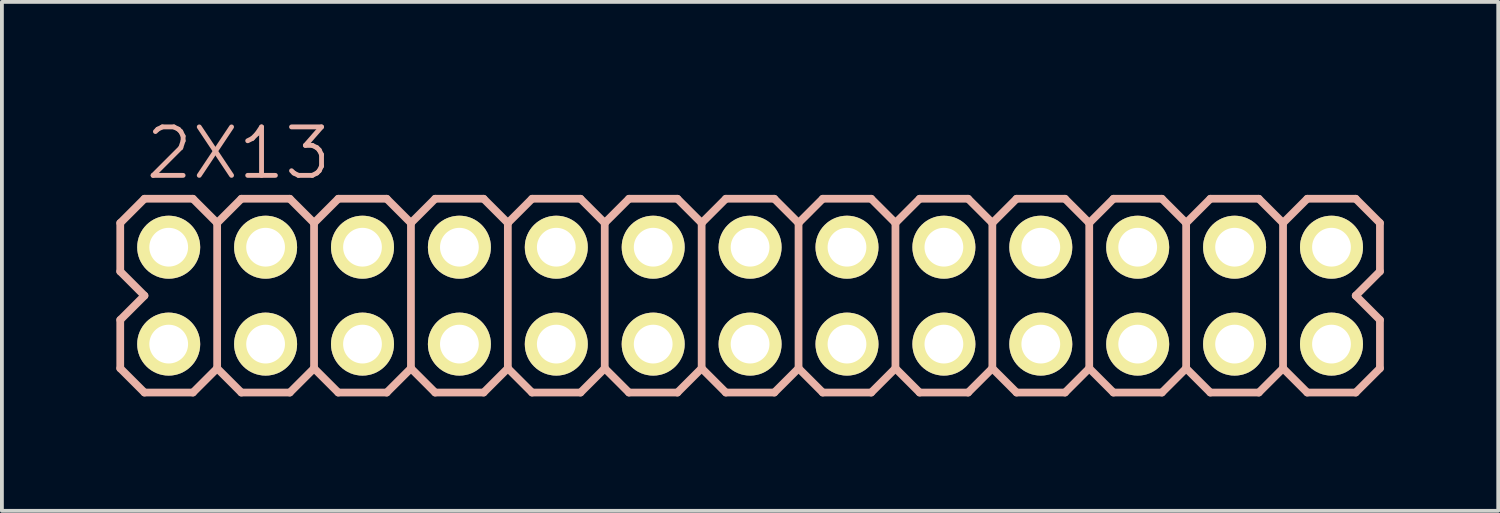
<source format=kicad_pcb>
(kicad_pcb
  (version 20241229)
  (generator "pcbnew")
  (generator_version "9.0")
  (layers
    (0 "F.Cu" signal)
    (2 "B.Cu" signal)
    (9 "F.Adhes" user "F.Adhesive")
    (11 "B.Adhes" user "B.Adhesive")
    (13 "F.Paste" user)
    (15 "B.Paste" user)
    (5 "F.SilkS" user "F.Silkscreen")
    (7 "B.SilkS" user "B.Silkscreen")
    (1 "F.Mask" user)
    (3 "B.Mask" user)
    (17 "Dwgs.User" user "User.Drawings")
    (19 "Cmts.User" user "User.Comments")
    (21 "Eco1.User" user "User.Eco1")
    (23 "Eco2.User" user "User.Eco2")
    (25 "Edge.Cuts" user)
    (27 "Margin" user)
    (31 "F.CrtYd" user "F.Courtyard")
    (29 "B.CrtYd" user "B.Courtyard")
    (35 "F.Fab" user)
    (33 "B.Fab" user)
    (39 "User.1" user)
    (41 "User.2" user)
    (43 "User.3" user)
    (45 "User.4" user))
  (footprint "2X13"
    (layer "F.Cu")
    (at 1.372 5.97)
    (property "Reference" "2X13" (at 1.829 -5.004 0) (layer "B.SilkS") (effects (font (size 1.27 1.27) (thickness 0.127))))
    (attr exclude_from_pos_files exclude_from_bom)
    (fp_line (start -0.254 -2.794) (end 0.254 -2.794) (stroke (width 0.066) (type solid)) (layer "F.SilkS"))
    (fp_line (start -0.254 -2.286) (end -0.254 -2.794) (stroke (width 0.066) (type solid)) (layer "F.SilkS"))
    (fp_line (start -0.254 -2.286) (end 0.254 -2.286) (stroke (width 0.066) (type solid)) (layer "F.SilkS"))
    (fp_line (start -0.254 -0.254) (end 0.254 -0.254) (stroke (width 0.066) (type solid)) (layer "F.SilkS"))
    (fp_line (start -0.254 0.254) (end -0.254 -0.254) (stroke (width 0.066) (type solid)) (layer "F.SilkS"))
    (fp_line (start -0.254 0.254) (end 0.254 0.254) (stroke (width 0.066) (type solid)) (layer "F.SilkS"))
    (fp_line (start 0.254 -2.286) (end 0.254 -2.794) (stroke (width 0.066) (type solid)) (layer "F.SilkS"))
    (fp_line (start 0.254 0.254) (end 0.254 -0.254) (stroke (width 0.066) (type solid)) (layer "F.SilkS"))
    (fp_line (start 2.286 -2.794) (end 2.794 -2.794) (stroke (width 0.066) (type solid)) (layer "F.SilkS"))
    (fp_line (start 2.286 -2.286) (end 2.286 -2.794) (stroke (width 0.066) (type solid)) (layer "F.SilkS"))
    (fp_line (start 2.286 -2.286) (end 2.794 -2.286) (stroke (width 0.066) (type solid)) (layer "F.SilkS"))
    (fp_line (start 2.286 -0.254) (end 2.794 -0.254) (stroke (width 0.066) (type solid)) (layer "F.SilkS"))
    (fp_line (start 2.286 0.254) (end 2.286 -0.254) (stroke (width 0.066) (type solid)) (layer "F.SilkS"))
    (fp_line (start 2.286 0.254) (end 2.794 0.254) (stroke (width 0.066) (type solid)) (layer "F.SilkS"))
    (fp_line (start 2.794 -2.286) (end 2.794 -2.794) (stroke (width 0.066) (type solid)) (layer "F.SilkS"))
    (fp_line (start 2.794 0.254) (end 2.794 -0.254) (stroke (width 0.066) (type solid)) (layer "F.SilkS"))
    (fp_line (start 4.826 -2.794) (end 5.334 -2.794) (stroke (width 0.066) (type solid)) (layer "F.SilkS"))
    (fp_line (start 4.826 -2.286) (end 4.826 -2.794) (stroke (width 0.066) (type solid)) (layer "F.SilkS"))
    (fp_line (start 4.826 -2.286) (end 5.334 -2.286) (stroke (width 0.066) (type solid)) (layer "F.SilkS"))
    (fp_line (start 4.826 -0.254) (end 5.334 -0.254) (stroke (width 0.066) (type solid)) (layer "F.SilkS"))
    (fp_line (start 4.826 0.254) (end 4.826 -0.254) (stroke (width 0.066) (type solid)) (layer "F.SilkS"))
    (fp_line (start 4.826 0.254) (end 5.334 0.254) (stroke (width 0.066) (type solid)) (layer "F.SilkS"))
    (fp_line (start 5.334 -2.286) (end 5.334 -2.794) (stroke (width 0.066) (type solid)) (layer "F.SilkS"))
    (fp_line (start 5.334 0.254) (end 5.334 -0.254) (stroke (width 0.066) (type solid)) (layer "F.SilkS"))
    (fp_line (start 7.366 -2.794) (end 7.874 -2.794) (stroke (width 0.066) (type solid)) (layer "F.SilkS"))
    (fp_line (start 7.366 -2.286) (end 7.366 -2.794) (stroke (width 0.066) (type solid)) (layer "F.SilkS"))
    (fp_line (start 7.366 -2.286) (end 7.874 -2.286) (stroke (width 0.066) (type solid)) (layer "F.SilkS"))
    (fp_line (start 7.366 -0.254) (end 7.874 -0.254) (stroke (width 0.066) (type solid)) (layer "F.SilkS"))
    (fp_line (start 7.366 0.254) (end 7.366 -0.254) (stroke (width 0.066) (type solid)) (layer "F.SilkS"))
    (fp_line (start 7.366 0.254) (end 7.874 0.254) (stroke (width 0.066) (type solid)) (layer "F.SilkS"))
    (fp_line (start 7.874 -2.286) (end 7.874 -2.794) (stroke (width 0.066) (type solid)) (layer "F.SilkS"))
    (fp_line (start 7.874 0.254) (end 7.874 -0.254) (stroke (width 0.066) (type solid)) (layer "F.SilkS"))
    (fp_line (start 9.906 -2.794) (end 10.414 -2.794) (stroke (width 0.066) (type solid)) (layer "F.SilkS"))
    (fp_line (start 9.906 -2.286) (end 9.906 -2.794) (stroke (width 0.066) (type solid)) (layer "F.SilkS"))
    (fp_line (start 9.906 -2.286) (end 10.414 -2.286) (stroke (width 0.066) (type solid)) (layer "F.SilkS"))
    (fp_line (start 9.906 -0.254) (end 10.414 -0.254) (stroke (width 0.066) (type solid)) (layer "F.SilkS"))
    (fp_line (start 9.906 0.254) (end 9.906 -0.254) (stroke (width 0.066) (type solid)) (layer "F.SilkS"))
    (fp_line (start 9.906 0.254) (end 10.414 0.254) (stroke (width 0.066) (type solid)) (layer "F.SilkS"))
    (fp_line (start 10.414 -2.286) (end 10.414 -2.794) (stroke (width 0.066) (type solid)) (layer "F.SilkS"))
    (fp_line (start 10.414 0.254) (end 10.414 -0.254) (stroke (width 0.066) (type solid)) (layer "F.SilkS"))
    (fp_line (start 12.446 -2.794) (end 12.954 -2.794) (stroke (width 0.066) (type solid)) (layer "F.SilkS"))
    (fp_line (start 12.446 -2.286) (end 12.446 -2.794) (stroke (width 0.066) (type solid)) (layer "F.SilkS"))
    (fp_line (start 12.446 -2.286) (end 12.954 -2.286) (stroke (width 0.066) (type solid)) (layer "F.SilkS"))
    (fp_line (start 12.446 -0.254) (end 12.954 -0.254) (stroke (width 0.066) (type solid)) (layer "F.SilkS"))
    (fp_line (start 12.446 0.254) (end 12.446 -0.254) (stroke (width 0.066) (type solid)) (layer "F.SilkS"))
    (fp_line (start 12.446 0.254) (end 12.954 0.254) (stroke (width 0.066) (type solid)) (layer "F.SilkS"))
    (fp_line (start 12.954 -2.286) (end 12.954 -2.794) (stroke (width 0.066) (type solid)) (layer "F.SilkS"))
    (fp_line (start 12.954 0.254) (end 12.954 -0.254) (stroke (width 0.066) (type solid)) (layer "F.SilkS"))
    (fp_line (start 14.986 -2.794) (end 15.494 -2.794) (stroke (width 0.066) (type solid)) (layer "F.SilkS"))
    (fp_line (start 14.986 -2.286) (end 14.986 -2.794) (stroke (width 0.066) (type solid)) (layer "F.SilkS"))
    (fp_line (start 14.986 -2.286) (end 15.494 -2.286) (stroke (width 0.066) (type solid)) (layer "F.SilkS"))
    (fp_line (start 14.986 -0.254) (end 15.494 -0.254) (stroke (width 0.066) (type solid)) (layer "F.SilkS"))
    (fp_line (start 14.986 0.254) (end 14.986 -0.254) (stroke (width 0.066) (type solid)) (layer "F.SilkS"))
    (fp_line (start 14.986 0.254) (end 15.494 0.254) (stroke (width 0.066) (type solid)) (layer "F.SilkS"))
    (fp_line (start 15.494 -2.286) (end 15.494 -2.794) (stroke (width 0.066) (type solid)) (layer "F.SilkS"))
    (fp_line (start 15.494 0.254) (end 15.494 -0.254) (stroke (width 0.066) (type solid)) (layer "F.SilkS"))
    (fp_line (start 17.523 -2.794) (end 18.034 -2.794) (stroke (width 0.066) (type solid)) (layer "F.SilkS"))
    (fp_line (start 17.523 -2.286) (end 17.523 -2.794) (stroke (width 0.066) (type solid)) (layer "F.SilkS"))
    (fp_line (start 17.523 -2.286) (end 18.034 -2.286) (stroke (width 0.066) (type solid)) (layer "F.SilkS"))
    (fp_line (start 17.523 -0.254) (end 18.034 -0.254) (stroke (width 0.066) (type solid)) (layer "F.SilkS"))
    (fp_line (start 17.523 0.254) (end 17.523 -0.254) (stroke (width 0.066) (type solid)) (layer "F.SilkS"))
    (fp_line (start 17.523 0.254) (end 18.034 0.254) (stroke (width 0.066) (type solid)) (layer "F.SilkS"))
    (fp_line (start 18.034 -2.286) (end 18.034 -2.794) (stroke (width 0.066) (type solid)) (layer "F.SilkS"))
    (fp_line (start 18.034 0.254) (end 18.034 -0.254) (stroke (width 0.066) (type solid)) (layer "F.SilkS"))
    (fp_line (start 20.066 -2.794) (end 20.574 -2.794) (stroke (width 0.066) (type solid)) (layer "F.SilkS"))
    (fp_line (start 20.066 -2.286) (end 20.066 -2.794) (stroke (width 0.066) (type solid)) (layer "F.SilkS"))
    (fp_line (start 20.066 -2.286) (end 20.574 -2.286) (stroke (width 0.066) (type solid)) (layer "F.SilkS"))
    (fp_line (start 20.066 -0.254) (end 20.574 -0.254) (stroke (width 0.066) (type solid)) (layer "F.SilkS"))
    (fp_line (start 20.066 0.254) (end 20.066 -0.254) (stroke (width 0.066) (type solid)) (layer "F.SilkS"))
    (fp_line (start 20.066 0.254) (end 20.574 0.254) (stroke (width 0.066) (type solid)) (layer "F.SilkS"))
    (fp_line (start 20.574 -2.286) (end 20.574 -2.794) (stroke (width 0.066) (type solid)) (layer "F.SilkS"))
    (fp_line (start 20.574 0.254) (end 20.574 -0.254) (stroke (width 0.066) (type solid)) (layer "F.SilkS"))
    (fp_line (start 22.606 -2.794) (end 23.114 -2.794) (stroke (width 0.066) (type solid)) (layer "F.SilkS"))
    (fp_line (start 22.606 -2.286) (end 22.606 -2.794) (stroke (width 0.066) (type solid)) (layer "F.SilkS"))
    (fp_line (start 22.606 -2.286) (end 23.114 -2.286) (stroke (width 0.066) (type solid)) (layer "F.SilkS"))
    (fp_line (start 22.606 -0.254) (end 23.114 -0.254) (stroke (width 0.066) (type solid)) (layer "F.SilkS"))
    (fp_line (start 22.606 0.254) (end 22.606 -0.254) (stroke (width 0.066) (type solid)) (layer "F.SilkS"))
    (fp_line (start 22.606 0.254) (end 23.114 0.254) (stroke (width 0.066) (type solid)) (layer "F.SilkS"))
    (fp_line (start 23.114 -2.286) (end 23.114 -2.794) (stroke (width 0.066) (type solid)) (layer "F.SilkS"))
    (fp_line (start 23.114 0.254) (end 23.114 -0.254) (stroke (width 0.066) (type solid)) (layer "F.SilkS"))
    (fp_line (start 25.146 -2.794) (end 25.654 -2.794) (stroke (width 0.066) (type solid)) (layer "F.SilkS"))
    (fp_line (start 25.146 -2.286) (end 25.146 -2.794) (stroke (width 0.066) (type solid)) (layer "F.SilkS"))
    (fp_line (start 25.146 -2.286) (end 25.654 -2.286) (stroke (width 0.066) (type solid)) (layer "F.SilkS"))
    (fp_line (start 25.146 -0.254) (end 25.654 -0.254) (stroke (width 0.066) (type solid)) (layer "F.SilkS"))
    (fp_line (start 25.146 0.254) (end 25.146 -0.254) (stroke (width 0.066) (type solid)) (layer "F.SilkS"))
    (fp_line (start 25.146 0.254) (end 25.654 0.254) (stroke (width 0.066) (type solid)) (layer "F.SilkS"))
    (fp_line (start 25.654 -2.286) (end 25.654 -2.794) (stroke (width 0.066) (type solid)) (layer "F.SilkS"))
    (fp_line (start 25.654 0.254) (end 25.654 -0.254) (stroke (width 0.066) (type solid)) (layer "F.SilkS"))
    (fp_line (start 27.686 -2.794) (end 28.194 -2.794) (stroke (width 0.066) (type solid)) (layer "F.SilkS"))
    (fp_line (start 27.686 -2.286) (end 27.686 -2.794) (stroke (width 0.066) (type solid)) (layer "F.SilkS"))
    (fp_line (start 27.686 -2.286) (end 28.194 -2.286) (stroke (width 0.066) (type solid)) (layer "F.SilkS"))
    (fp_line (start 27.686 -0.254) (end 28.194 -0.254) (stroke (width 0.066) (type solid)) (layer "F.SilkS"))
    (fp_line (start 27.686 0.254) (end 27.686 -0.254) (stroke (width 0.066) (type solid)) (layer "F.SilkS"))
    (fp_line (start 27.686 0.254) (end 28.194 0.254) (stroke (width 0.066) (type solid)) (layer "F.SilkS"))
    (fp_line (start 28.194 -2.286) (end 28.194 -2.794) (stroke (width 0.066) (type solid)) (layer "F.SilkS"))
    (fp_line (start 28.194 0.254) (end 28.194 -0.254) (stroke (width 0.066) (type solid)) (layer "F.SilkS"))
    (fp_line (start 30.226 -2.794) (end 30.734 -2.794) (stroke (width 0.066) (type solid)) (layer "F.SilkS"))
    (fp_line (start 30.226 -2.286) (end 30.226 -2.794) (stroke (width 0.066) (type solid)) (layer "F.SilkS"))
    (fp_line (start 30.226 -2.286) (end 30.734 -2.286) (stroke (width 0.066) (type solid)) (layer "F.SilkS"))
    (fp_line (start 30.226 -0.254) (end 30.734 -0.254) (stroke (width 0.066) (type solid)) (layer "F.SilkS"))
    (fp_line (start 30.226 0.254) (end 30.226 -0.254) (stroke (width 0.066) (type solid)) (layer "F.SilkS"))
    (fp_line (start 30.226 0.254) (end 30.734 0.254) (stroke (width 0.066) (type solid)) (layer "F.SilkS"))
    (fp_line (start 30.734 -2.286) (end 30.734 -2.794) (stroke (width 0.066) (type solid)) (layer "F.SilkS"))
    (fp_line (start 30.734 0.254) (end 30.734 -0.254) (stroke (width 0.066) (type solid)) (layer "F.SilkS"))
    (fp_line (start -1.27 -3.175) (end -1.27 -1.905) (stroke (width 0.203) (type solid)) (layer "B.SilkS"))
    (fp_line (start -1.27 -1.905) (end -0.635 -1.27) (stroke (width 0.203) (type solid)) (layer "B.SilkS"))
    (fp_line (start -1.27 -0.635) (end -1.27 0.635) (stroke (width 0.203) (type solid)) (layer "B.SilkS"))
    (fp_line (start -1.27 0.635) (end -0.635 1.27) (stroke (width 0.203) (type solid)) (layer "B.SilkS"))
    (fp_line (start -0.635 -3.81) (end -1.27 -3.175) (stroke (width 0.203) (type solid)) (layer "B.SilkS"))
    (fp_line (start -0.635 -3.81) (end 0.635 -3.81) (stroke (width 0.203) (type solid)) (layer "B.SilkS"))
    (fp_line (start -0.635 -1.27) (end -1.27 -0.635) (stroke (width 0.203) (type solid)) (layer "B.SilkS"))
    (fp_line (start 0.635 -3.81) (end 1.27 -3.175) (stroke (width 0.203) (type solid)) (layer "B.SilkS"))
    (fp_line (start 0.635 1.27) (end -0.635 1.27) (stroke (width 0.203) (type solid)) (layer "B.SilkS"))
    (fp_line (start 1.27 -3.175) (end 1.27 0.635) (stroke (width 0.203) (type solid)) (layer "B.SilkS"))
    (fp_line (start 1.27 -3.175) (end 1.905 -3.81) (stroke (width 0.203) (type solid)) (layer "B.SilkS"))
    (fp_line (start 1.27 0.635) (end 0.635 1.27) (stroke (width 0.203) (type solid)) (layer "B.SilkS"))
    (fp_line (start 1.905 -3.81) (end 3.175 -3.81) (stroke (width 0.203) (type solid)) (layer "B.SilkS"))
    (fp_line (start 1.905 1.27) (end 1.27 0.635) (stroke (width 0.203) (type solid)) (layer "B.SilkS"))
    (fp_line (start 3.175 -3.81) (end 3.81 -3.175) (stroke (width 0.203) (type solid)) (layer "B.SilkS"))
    (fp_line (start 3.175 1.27) (end 1.905 1.27) (stroke (width 0.203) (type solid)) (layer "B.SilkS"))
    (fp_line (start 3.81 -3.175) (end 3.81 0.635) (stroke (width 0.203) (type solid)) (layer "B.SilkS"))
    (fp_line (start 3.81 -3.175) (end 4.445 -3.81) (stroke (width 0.203) (type solid)) (layer "B.SilkS"))
    (fp_line (start 3.81 0.635) (end 3.175 1.27) (stroke (width 0.203) (type solid)) (layer "B.SilkS"))
    (fp_line (start 4.445 -3.81) (end 5.715 -3.81) (stroke (width 0.203) (type solid)) (layer "B.SilkS"))
    (fp_line (start 4.445 1.27) (end 3.81 0.635) (stroke (width 0.203) (type solid)) (layer "B.SilkS"))
    (fp_line (start 5.715 -3.81) (end 6.35 -3.175) (stroke (width 0.203) (type solid)) (layer "B.SilkS"))
    (fp_line (start 5.715 1.27) (end 4.445 1.27) (stroke (width 0.203) (type solid)) (layer "B.SilkS"))
    (fp_line (start 6.35 -3.175) (end 6.35 0.635) (stroke (width 0.203) (type solid)) (layer "B.SilkS"))
    (fp_line (start 6.35 0.635) (end 5.715 1.27) (stroke (width 0.203) (type solid)) (layer "B.SilkS"))
    (fp_line (start 6.35 0.635) (end 6.985 1.27) (stroke (width 0.203) (type solid)) (layer "B.SilkS"))
    (fp_line (start 6.985 -3.81) (end 6.35 -3.175) (stroke (width 0.203) (type solid)) (layer "B.SilkS"))
    (fp_line (start 6.985 -3.81) (end 8.255 -3.81) (stroke (width 0.203) (type solid)) (layer "B.SilkS"))
    (fp_line (start 8.255 -3.81) (end 8.89 -3.175) (stroke (width 0.203) (type solid)) (layer "B.SilkS"))
    (fp_line (start 8.255 1.27) (end 6.985 1.27) (stroke (width 0.203) (type solid)) (layer "B.SilkS"))
    (fp_line (start 8.89 -3.175) (end 8.89 0.635) (stroke (width 0.203) (type solid)) (layer "B.SilkS"))
    (fp_line (start 8.89 -3.175) (end 9.525 -3.81) (stroke (width 0.203) (type solid)) (layer "B.SilkS"))
    (fp_line (start 8.89 0.635) (end 8.255 1.27) (stroke (width 0.203) (type solid)) (layer "B.SilkS"))
    (fp_line (start 9.525 -3.81) (end 10.795 -3.81) (stroke (width 0.203) (type solid)) (layer "B.SilkS"))
    (fp_line (start 9.525 1.27) (end 8.89 0.635) (stroke (width 0.203) (type solid)) (layer "B.SilkS"))
    (fp_line (start 10.795 -3.81) (end 11.43 -3.175) (stroke (width 0.203) (type solid)) (layer "B.SilkS"))
    (fp_line (start 10.795 1.27) (end 9.525 1.27) (stroke (width 0.203) (type solid)) (layer "B.SilkS"))
    (fp_line (start 11.43 -3.175) (end 11.43 0.635) (stroke (width 0.203) (type solid)) (layer "B.SilkS"))
    (fp_line (start 11.43 -3.175) (end 12.065 -3.81) (stroke (width 0.203) (type solid)) (layer "B.SilkS"))
    (fp_line (start 11.43 0.635) (end 10.795 1.27) (stroke (width 0.203) (type solid)) (layer "B.SilkS"))
    (fp_line (start 12.065 -3.81) (end 13.335 -3.81) (stroke (width 0.203) (type solid)) (layer "B.SilkS"))
    (fp_line (start 12.065 1.27) (end 11.43 0.635) (stroke (width 0.203) (type solid)) (layer "B.SilkS"))
    (fp_line (start 13.335 -3.81) (end 13.97 -3.175) (stroke (width 0.203) (type solid)) (layer "B.SilkS"))
    (fp_line (start 13.335 1.27) (end 12.065 1.27) (stroke (width 0.203) (type solid)) (layer "B.SilkS"))
    (fp_line (start 13.97 -3.175) (end 13.97 0.635) (stroke (width 0.203) (type solid)) (layer "B.SilkS"))
    (fp_line (start 13.97 0.635) (end 13.335 1.27) (stroke (width 0.203) (type solid)) (layer "B.SilkS"))
    (fp_line (start 13.97 0.635) (end 14.605 1.27) (stroke (width 0.203) (type solid)) (layer "B.SilkS"))
    (fp_line (start 14.605 -3.81) (end 13.97 -3.175) (stroke (width 0.203) (type solid)) (layer "B.SilkS"))
    (fp_line (start 14.605 -3.81) (end 15.875 -3.81) (stroke (width 0.203) (type solid)) (layer "B.SilkS"))
    (fp_line (start 15.875 -3.81) (end 16.51 -3.175) (stroke (width 0.203) (type solid)) (layer "B.SilkS"))
    (fp_line (start 15.875 1.27) (end 14.605 1.27) (stroke (width 0.203) (type solid)) (layer "B.SilkS"))
    (fp_line (start 16.51 -3.175) (end 16.51 0.635) (stroke (width 0.203) (type solid)) (layer "B.SilkS"))
    (fp_line (start 16.51 0.635) (end 15.875 1.27) (stroke (width 0.203) (type solid)) (layer "B.SilkS"))
    (fp_line (start 16.51 0.635) (end 17.145 1.27) (stroke (width 0.203) (type solid)) (layer "B.SilkS"))
    (fp_line (start 17.145 -3.81) (end 16.51 -3.175) (stroke (width 0.203) (type solid)) (layer "B.SilkS"))
    (fp_line (start 17.145 -3.81) (end 18.415 -3.81) (stroke (width 0.203) (type solid)) (layer "B.SilkS"))
    (fp_line (start 18.415 -3.81) (end 19.05 -3.175) (stroke (width 0.203) (type solid)) (layer "B.SilkS"))
    (fp_line (start 18.415 1.27) (end 17.145 1.27) (stroke (width 0.203) (type solid)) (layer "B.SilkS"))
    (fp_line (start 19.05 -3.175) (end 19.05 0.635) (stroke (width 0.203) (type solid)) (layer "B.SilkS"))
    (fp_line (start 19.05 -3.175) (end 19.685 -3.81) (stroke (width 0.203) (type solid)) (layer "B.SilkS"))
    (fp_line (start 19.05 0.635) (end 18.415 1.27) (stroke (width 0.203) (type solid)) (layer "B.SilkS"))
    (fp_line (start 19.685 -3.81) (end 20.955 -3.81) (stroke (width 0.203) (type solid)) (layer "B.SilkS"))
    (fp_line (start 19.685 1.27) (end 19.05 0.635) (stroke (width 0.203) (type solid)) (layer "B.SilkS"))
    (fp_line (start 20.955 -3.81) (end 21.59 -3.175) (stroke (width 0.203) (type solid)) (layer "B.SilkS"))
    (fp_line (start 20.955 1.27) (end 19.685 1.27) (stroke (width 0.203) (type solid)) (layer "B.SilkS"))
    (fp_line (start 21.59 -3.175) (end 21.59 0.635) (stroke (width 0.203) (type solid)) (layer "B.SilkS"))
    (fp_line (start 21.59 -3.175) (end 22.225 -3.81) (stroke (width 0.203) (type solid)) (layer "B.SilkS"))
    (fp_line (start 21.59 0.635) (end 20.955 1.27) (stroke (width 0.203) (type solid)) (layer "B.SilkS"))
    (fp_line (start 22.225 -3.81) (end 23.495 -3.81) (stroke (width 0.203) (type solid)) (layer "B.SilkS"))
    (fp_line (start 22.225 1.27) (end 21.59 0.635) (stroke (width 0.203) (type solid)) (layer "B.SilkS"))
    (fp_line (start 23.495 -3.81) (end 24.13 -3.175) (stroke (width 0.203) (type solid)) (layer "B.SilkS"))
    (fp_line (start 23.495 1.27) (end 22.225 1.27) (stroke (width 0.203) (type solid)) (layer "B.SilkS"))
    (fp_line (start 24.13 -3.175) (end 24.13 0.635) (stroke (width 0.203) (type solid)) (layer "B.SilkS"))
    (fp_line (start 24.13 0.635) (end 23.495 1.27) (stroke (width 0.203) (type solid)) (layer "B.SilkS"))
    (fp_line (start 24.13 0.635) (end 24.765 1.27) (stroke (width 0.203) (type solid)) (layer "B.SilkS"))
    (fp_line (start 24.765 -3.81) (end 24.13 -3.175) (stroke (width 0.203) (type solid)) (layer "B.SilkS"))
    (fp_line (start 24.765 -3.81) (end 26.035 -3.81) (stroke (width 0.203) (type solid)) (layer "B.SilkS"))
    (fp_line (start 26.035 -3.81) (end 26.67 -3.175) (stroke (width 0.203) (type solid)) (layer "B.SilkS"))
    (fp_line (start 26.035 1.27) (end 24.765 1.27) (stroke (width 0.203) (type solid)) (layer "B.SilkS"))
    (fp_line (start 26.67 -3.175) (end 26.67 0.635) (stroke (width 0.203) (type solid)) (layer "B.SilkS"))
    (fp_line (start 26.67 -3.175) (end 27.305 -3.81) (stroke (width 0.203) (type solid)) (layer "B.SilkS"))
    (fp_line (start 26.67 0.635) (end 26.035 1.27) (stroke (width 0.203) (type solid)) (layer "B.SilkS"))
    (fp_line (start 27.305 -3.81) (end 28.575 -3.81) (stroke (width 0.203) (type solid)) (layer "B.SilkS"))
    (fp_line (start 27.305 1.27) (end 26.67 0.635) (stroke (width 0.203) (type solid)) (layer "B.SilkS"))
    (fp_line (start 28.575 -3.81) (end 29.21 -3.175) (stroke (width 0.203) (type solid)) (layer "B.SilkS"))
    (fp_line (start 28.575 1.27) (end 27.305 1.27) (stroke (width 0.203) (type solid)) (layer "B.SilkS"))
    (fp_line (start 29.21 -3.175) (end 29.21 0.635) (stroke (width 0.203) (type solid)) (layer "B.SilkS"))
    (fp_line (start 29.21 -3.175) (end 29.845 -3.81) (stroke (width 0.203) (type solid)) (layer "B.SilkS"))
    (fp_line (start 29.21 0.635) (end 28.575 1.27) (stroke (width 0.203) (type solid)) (layer "B.SilkS"))
    (fp_line (start 29.845 -3.81) (end 31.115 -3.81) (stroke (width 0.203) (type solid)) (layer "B.SilkS"))
    (fp_line (start 29.845 1.27) (end 29.21 0.635) (stroke (width 0.203) (type solid)) (layer "B.SilkS"))
    (fp_line (start 31.115 -3.81) (end 31.75 -3.175) (stroke (width 0.203) (type solid)) (layer "B.SilkS"))
    (fp_line (start 31.115 -1.27) (end 31.75 -0.635) (stroke (width 0.203) (type solid)) (layer "B.SilkS"))
    (fp_line (start 31.115 1.27) (end 29.845 1.27) (stroke (width 0.203) (type solid)) (layer "B.SilkS"))
    (fp_line (start 31.75 -1.905) (end 31.115 -1.27) (stroke (width 0.203) (type solid)) (layer "B.SilkS"))
    (fp_line (start 31.75 -1.905) (end 31.75 -3.175) (stroke (width 0.203) (type solid)) (layer "B.SilkS"))
    (fp_line (start 31.75 0.635) (end 31.115 1.27) (stroke (width 0.203) (type solid)) (layer "B.SilkS"))
    (fp_line (start 31.75 0.635) (end 31.75 -0.635) (stroke (width 0.203) (type solid)) (layer "B.SilkS"))
    (pad "1" thru_hole circle (at 0 0) (size 1.651 1.651) (drill 1.016) (layers "*.Cu" "F.Mask" "F.SilkS" "F.Paste"))
    (pad "2" thru_hole circle (at 0 -2.54) (size 1.651 1.651) (drill 1.016) (layers "*.Cu" "F.Mask" "F.SilkS" "F.Paste"))
    (pad "3" thru_hole circle (at 2.54 0) (size 1.651 1.651) (drill 1.016) (layers "*.Cu" "F.Mask" "F.SilkS" "F.Paste"))
    (pad "4" thru_hole circle (at 2.54 -2.54) (size 1.651 1.651) (drill 1.016) (layers "*.Cu" "F.Mask" "F.SilkS" "F.Paste"))
    (pad "5" thru_hole circle (at 5.08 0) (size 1.651 1.651) (drill 1.016) (layers "*.Cu" "F.Mask" "F.SilkS" "F.Paste"))
    (pad "6" thru_hole circle (at 5.08 -2.54) (size 1.651 1.651) (drill 1.016) (layers "*.Cu" "F.Mask" "F.SilkS" "F.Paste"))
    (pad "7" thru_hole circle (at 7.62 0) (size 1.651 1.651) (drill 1.016) (layers "*.Cu" "F.Mask" "F.SilkS" "F.Paste"))
    (pad "8" thru_hole circle (at 7.62 -2.54) (size 1.651 1.651) (drill 1.016) (layers "*.Cu" "F.Mask" "F.SilkS" "F.Paste"))
    (pad "9" thru_hole circle (at 10.16 0) (size 1.651 1.651) (drill 1.016) (layers "*.Cu" "F.Mask" "F.SilkS" "F.Paste"))
    (pad "10" thru_hole circle (at 10.16 -2.54) (size 1.651 1.651) (drill 1.016) (layers "*.Cu" "F.Mask" "F.SilkS" "F.Paste"))
    (pad "11" thru_hole circle (at 12.7 0) (size 1.651 1.651) (drill 1.016) (layers "*.Cu" "F.Mask" "F.SilkS" "F.Paste"))
    (pad "12" thru_hole circle (at 12.7 -2.54) (size 1.651 1.651) (drill 1.016) (layers "*.Cu" "F.Mask" "F.SilkS" "F.Paste"))
    (pad "13" thru_hole circle (at 15.24 0) (size 1.651 1.651) (drill 1.016) (layers "*.Cu" "F.Mask" "F.SilkS" "F.Paste"))
    (pad "14" thru_hole circle (at 15.24 -2.54) (size 1.651 1.651) (drill 1.016) (layers "*.Cu" "F.Mask" "F.SilkS" "F.Paste"))
    (pad "15" thru_hole circle (at 17.78 0) (size 1.651 1.651) (drill 1.016) (layers "*.Cu" "F.Mask" "F.SilkS" "F.Paste"))
    (pad "16" thru_hole circle (at 17.78 -2.54) (size 1.651 1.651) (drill 1.016) (layers "*.Cu" "F.Mask" "F.SilkS" "F.Paste"))
    (pad "17" thru_hole circle (at 20.32 0) (size 1.651 1.651) (drill 1.016) (layers "*.Cu" "F.Mask" "F.SilkS" "F.Paste"))
    (pad "18" thru_hole circle (at 20.32 -2.54) (size 1.651 1.651) (drill 1.016) (layers "*.Cu" "F.Mask" "F.SilkS" "F.Paste"))
    (pad "19" thru_hole circle (at 22.86 0) (size 1.651 1.651) (drill 1.016) (layers "*.Cu" "F.Mask" "F.SilkS" "F.Paste"))
    (pad "20" thru_hole circle (at 22.86 -2.54) (size 1.651 1.651) (drill 1.016) (layers "*.Cu" "F.Mask" "F.SilkS" "F.Paste"))
    (pad "21" thru_hole circle (at 25.4 0) (size 1.651 1.651) (drill 1.016) (layers "*.Cu" "F.Mask" "F.SilkS" "F.Paste"))
    (pad "22" thru_hole circle (at 25.4 -2.54) (size 1.651 1.651) (drill 1.016) (layers "*.Cu" "F.Mask" "F.SilkS" "F.Paste"))
    (pad "23" thru_hole circle (at 27.94 0) (size 1.651 1.651) (drill 1.016) (layers "*.Cu" "F.Mask" "F.SilkS" "F.Paste"))
    (pad "24" thru_hole circle (at 27.94 -2.54) (size 1.651 1.651) (drill 1.016) (layers "*.Cu" "F.Mask" "F.SilkS" "F.Paste"))
    (pad "25" thru_hole circle (at 30.48 0) (size 1.651 1.651) (drill 1.016) (layers "*.Cu" "F.Mask" "F.SilkS" "F.Paste"))
    (pad "26" thru_hole circle (at 30.48 -2.54) (size 1.651 1.651) (drill 1.016) (layers "*.Cu" "F.Mask" "F.SilkS" "F.Paste")))
  (gr_rect
    (start -3 -3)
    (end 36.223 10.341)
    (stroke (width 0.1) (type default))
    (fill no)
    (layer "Edge.Cuts")))
</source>
